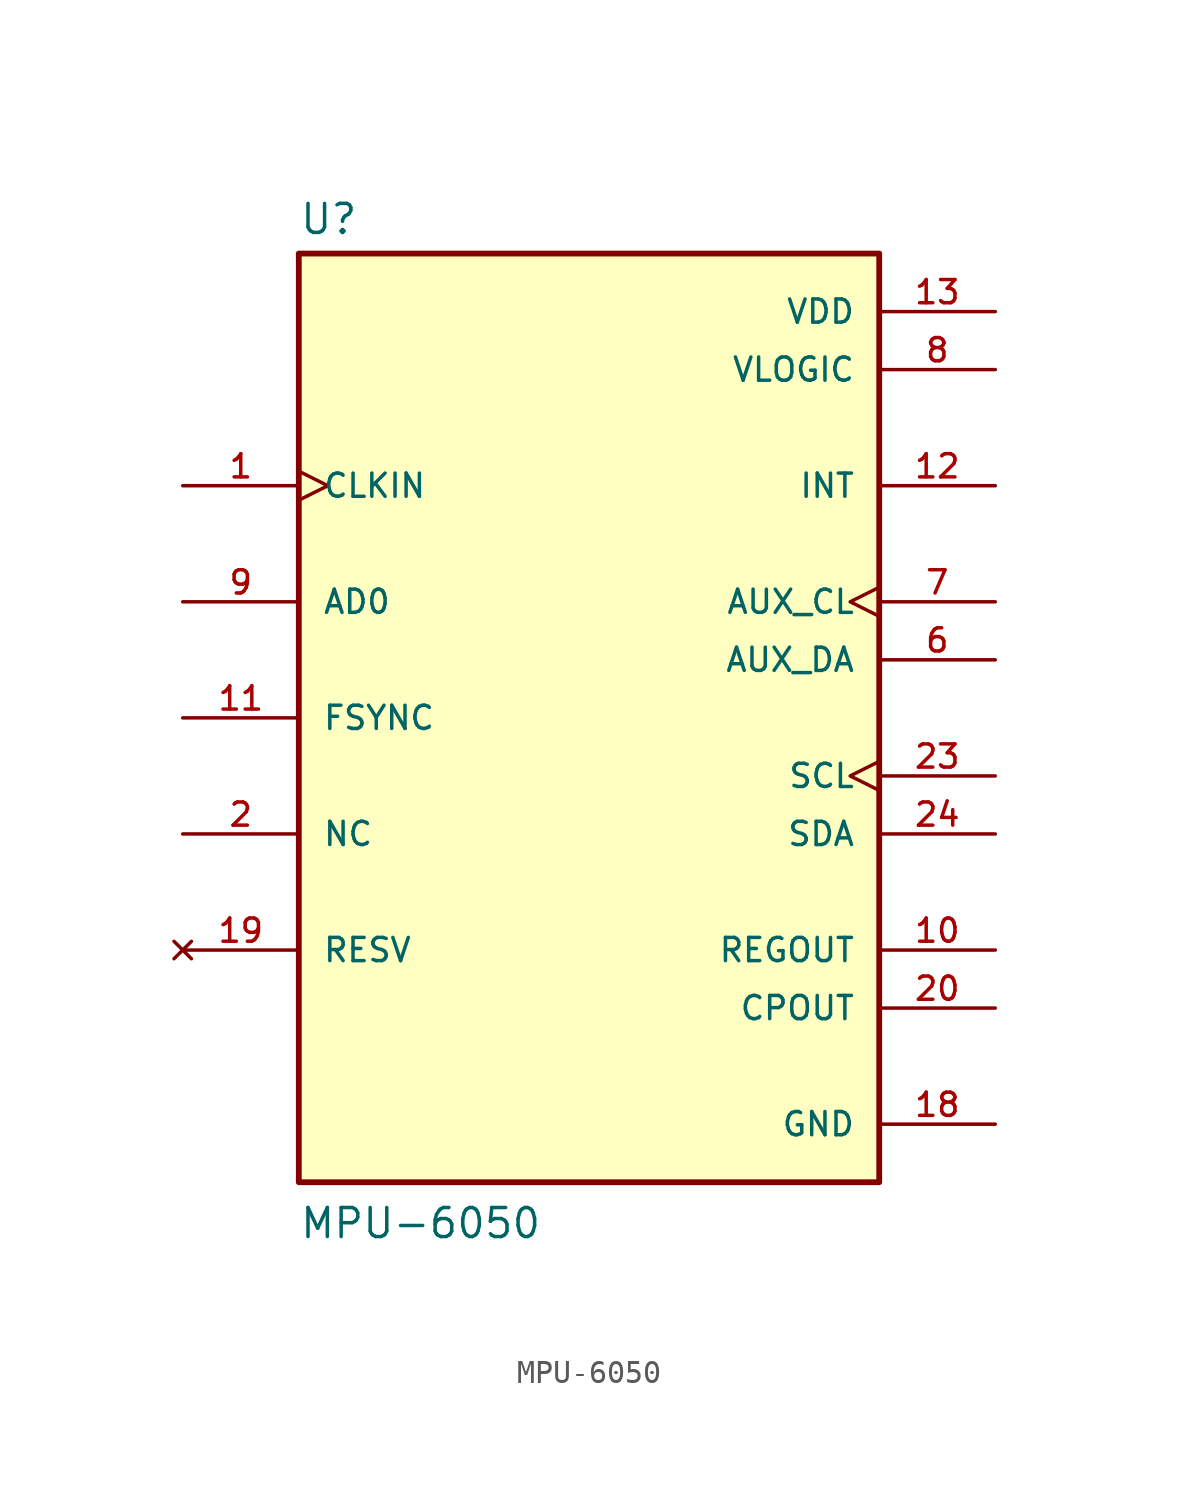
<source format=kicad_sym>
(kicad_symbol_lib
  (version 20211014)
  (generator kicad_symbol_editor)
  (symbol "MPU-6050"
    (pin_names
      (offset 1.016))
    (property "Reference" "U"
      (at -12.7 21.082 0)
      (effects (font (size 1.27 1.27)) (justify bottom left)))
    (property "Value" "MPU-6050"
      (at -12.7 -22.86 0)
      (effects (font (size 1.27 1.27)) (justify bottom left)))
    (symbol "MPU-6050_0_0"
      (rectangle (start -12.7 -20.32) (end 12.7 20.32) (stroke (width 0.254)) (fill (type background)))
      (pin input clock (at -17.78 10.16 0) (length 5.08) (name "CLKIN" (effects (font (size 1.016 1.016)))) (number "1" (effects (font (size 1.016 1.016)))))
      (pin passive line (at -17.78 -5.08 0) (length 5.08) (name "NC" (effects (font (size 1.016 1.016)))) (number "2" (effects (font (size 1.016 1.016)))))
      (pin passive line (at -17.78 -5.08 0) (length 5.08) hide (name "NC" (effects (font (size 1.016 1.016)))) (number "3" (effects (font (size 1.016 1.016)))))
      (pin passive line (at -17.78 -5.08 0) (length 5.08) hide (name "NC" (effects (font (size 1.016 1.016)))) (number "4" (effects (font (size 1.016 1.016)))))
      (pin passive line (at -17.78 -5.08 0) (length 5.08) hide (name "NC" (effects (font (size 1.016 1.016)))) (number "5" (effects (font (size 1.016 1.016)))))
      (pin passive line (at -17.78 -5.08 0) (length 5.08) hide (name "NC" (effects (font (size 1.016 1.016)))) (number "14" (effects (font (size 1.016 1.016)))))
      (pin passive line (at -17.78 -5.08 0) (length 5.08) hide (name "NC" (effects (font (size 1.016 1.016)))) (number "15" (effects (font (size 1.016 1.016)))))
      (pin passive line (at -17.78 -5.08 0) (length 5.08) hide (name "NC" (effects (font (size 1.016 1.016)))) (number "16" (effects (font (size 1.016 1.016)))))
      (pin passive line (at -17.78 -5.08 0) (length 5.08) hide (name "NC" (effects (font (size 1.016 1.016)))) (number "17" (effects (font (size 1.016 1.016)))))
      (pin bidirectional line (at 17.78 2.54 180.0) (length 5.08) (name "AUX_DA" (effects (font (size 1.016 1.016)))) (number "6" (effects (font (size 1.016 1.016)))))
      (pin output clock (at 17.78 5.08 180.0) (length 5.08) (name "AUX_CL" (effects (font (size 1.016 1.016)))) (number "7" (effects (font (size 1.016 1.016)))))
      (pin power_in line (at 17.78 15.24 180.0) (length 5.08) (name "VLOGIC" (effects (font (size 1.016 1.016)))) (number "8" (effects (font (size 1.016 1.016)))))
      (pin input line (at -17.78 5.08 0) (length 5.08) (name "AD0" (effects (font (size 1.016 1.016)))) (number "9" (effects (font (size 1.016 1.016)))))
      (pin passive line (at 17.78 -10.16 180.0) (length 5.08) (name "REGOUT" (effects (font (size 1.016 1.016)))) (number "10" (effects (font (size 1.016 1.016)))))
      (pin input line (at -17.78 0.0 0) (length 5.08) (name "FSYNC" (effects (font (size 1.016 1.016)))) (number "11" (effects (font (size 1.016 1.016)))))
      (pin output line (at 17.78 10.16 180.0) (length 5.08) (name "INT" (effects (font (size 1.016 1.016)))) (number "12" (effects (font (size 1.016 1.016)))))
      (pin power_in line (at 17.78 17.78 180.0) (length 5.08) (name "VDD" (effects (font (size 1.016 1.016)))) (number "13" (effects (font (size 1.016 1.016)))))
      (pin power_in line (at 17.78 -17.78 180.0) (length 5.08) (name "GND" (effects (font (size 1.016 1.016)))) (number "18" (effects (font (size 1.016 1.016)))))
      (pin no_connect line (at -17.78 -10.16 0) (length 5.08) (name "RESV" (effects (font (size 1.016 1.016)))) (number "19" (effects (font (size 1.016 1.016)))))
      (pin no_connect line (at -17.78 -10.16 0) (length 5.08) hide (name "RESV" (effects (font (size 1.016 1.016)))) (number "21" (effects (font (size 1.016 1.016)))))
      (pin no_connect line (at -17.78 -10.16 0) (length 5.08) hide (name "RESV" (effects (font (size 1.016 1.016)))) (number "22" (effects (font (size 1.016 1.016)))))
      (pin passive line (at 17.78 -12.7 180.0) (length 5.08) (name "CPOUT" (effects (font (size 1.016 1.016)))) (number "20" (effects (font (size 1.016 1.016)))))
      (pin input clock (at 17.78 -2.54 180.0) (length 5.08) (name "SCL" (effects (font (size 1.016 1.016)))) (number "23" (effects (font (size 1.016 1.016)))))
      (pin bidirectional line (at 17.78 -5.08 180.0) (length 5.08) (name "SDA" (effects (font (size 1.016 1.016)))) (number "24" (effects (font (size 1.016 1.016))))))))
</source>
